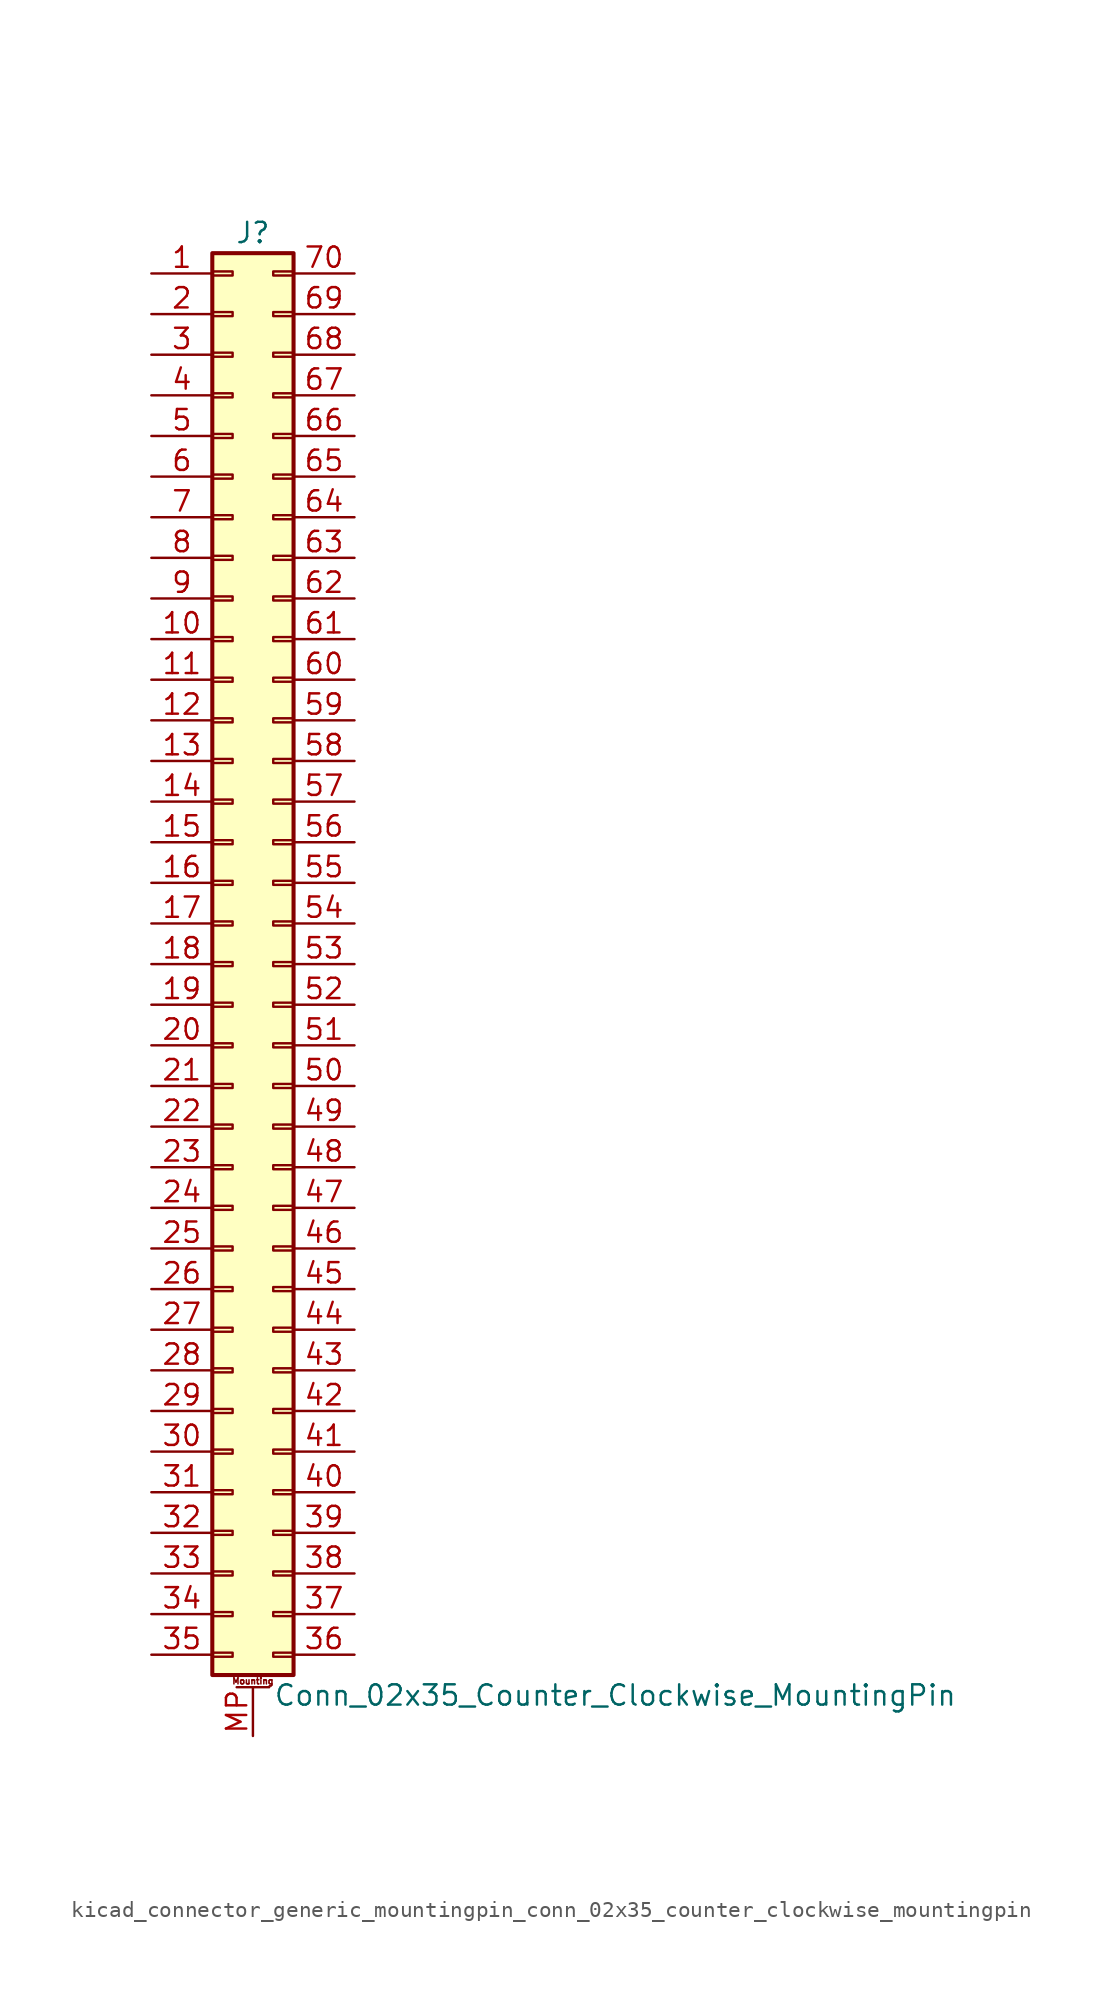
<source format=kicad_sym>
(kicad_symbol_lib
  (version 20220914)
  (generator kicad_symbol_editor)
  (symbol "kicad_connector_generic_mountingpin_conn_02x35_counter_clockwise_mountingpin"
    (pin_names
      (offset 1.016) hide)
    (property "Reference" "J"
      (at 1.27 45.72 0)
      (effects (font (size 1.27 1.27))))
    (property "Value" "Conn_02x35_Counter_Clockwise_MountingPin"
      (at 2.54 -45.72 0)
      (effects (font (size 1.27 1.27)) (justify left)))
    (symbol "kicad_connector_generic_mountingpin_conn_02x35_counter_clockwise_mountingpin_1_1"
      (rectangle (start -1.27 -43.053) (end 0 -43.307) (stroke (width 0.152) (type default)) (fill (type none)))
      (rectangle (start -1.27 -40.513) (end 0 -40.767) (stroke (width 0.152) (type default)) (fill (type none)))
      (rectangle (start -1.27 -37.973) (end 0 -38.227) (stroke (width 0.152) (type default)) (fill (type none)))
      (rectangle (start -1.27 -35.433) (end 0 -35.687) (stroke (width 0.152) (type default)) (fill (type none)))
      (rectangle (start -1.27 -32.893) (end 0 -33.147) (stroke (width 0.152) (type default)) (fill (type none)))
      (rectangle (start -1.27 -30.353) (end 0 -30.607) (stroke (width 0.152) (type default)) (fill (type none)))
      (rectangle (start -1.27 -27.813) (end 0 -28.067) (stroke (width 0.152) (type default)) (fill (type none)))
      (rectangle (start -1.27 -25.273) (end 0 -25.527) (stroke (width 0.152) (type default)) (fill (type none)))
      (rectangle (start -1.27 -22.733) (end 0 -22.987) (stroke (width 0.152) (type default)) (fill (type none)))
      (rectangle (start -1.27 -20.193) (end 0 -20.447) (stroke (width 0.152) (type default)) (fill (type none)))
      (rectangle (start -1.27 -17.653) (end 0 -17.907) (stroke (width 0.152) (type default)) (fill (type none)))
      (rectangle (start -1.27 -15.113) (end 0 -15.367) (stroke (width 0.152) (type default)) (fill (type none)))
      (rectangle (start -1.27 -12.573) (end 0 -12.827) (stroke (width 0.152) (type default)) (fill (type none)))
      (rectangle (start -1.27 -10.033) (end 0 -10.287) (stroke (width 0.152) (type default)) (fill (type none)))
      (rectangle (start -1.27 -7.493) (end 0 -7.747) (stroke (width 0.152) (type default)) (fill (type none)))
      (rectangle (start -1.27 -4.953) (end 0 -5.207) (stroke (width 0.152) (type default)) (fill (type none)))
      (rectangle (start -1.27 -2.413) (end 0 -2.667) (stroke (width 0.152) (type default)) (fill (type none)))
      (rectangle (start -1.27 0.127) (end 0 -0.127) (stroke (width 0.152) (type default)) (fill (type none)))
      (rectangle (start -1.27 2.667) (end 0 2.413) (stroke (width 0.152) (type default)) (fill (type none)))
      (rectangle (start -1.27 5.207) (end 0 4.953) (stroke (width 0.152) (type default)) (fill (type none)))
      (rectangle (start -1.27 7.747) (end 0 7.493) (stroke (width 0.152) (type default)) (fill (type none)))
      (rectangle (start -1.27 10.287) (end 0 10.033) (stroke (width 0.152) (type default)) (fill (type none)))
      (rectangle (start -1.27 12.827) (end 0 12.573) (stroke (width 0.152) (type default)) (fill (type none)))
      (rectangle (start -1.27 15.367) (end 0 15.113) (stroke (width 0.152) (type default)) (fill (type none)))
      (rectangle (start -1.27 17.907) (end 0 17.653) (stroke (width 0.152) (type default)) (fill (type none)))
      (rectangle (start -1.27 20.447) (end 0 20.193) (stroke (width 0.152) (type default)) (fill (type none)))
      (rectangle (start -1.27 22.987) (end 0 22.733) (stroke (width 0.152) (type default)) (fill (type none)))
      (rectangle (start -1.27 25.527) (end 0 25.273) (stroke (width 0.152) (type default)) (fill (type none)))
      (rectangle (start -1.27 28.067) (end 0 27.813) (stroke (width 0.152) (type default)) (fill (type none)))
      (rectangle (start -1.27 30.607) (end 0 30.353) (stroke (width 0.152) (type default)) (fill (type none)))
      (rectangle (start -1.27 33.147) (end 0 32.893) (stroke (width 0.152) (type default)) (fill (type none)))
      (rectangle (start -1.27 35.687) (end 0 35.433) (stroke (width 0.152) (type default)) (fill (type none)))
      (rectangle (start -1.27 38.227) (end 0 37.973) (stroke (width 0.152) (type default)) (fill (type none)))
      (rectangle (start -1.27 40.767) (end 0 40.513) (stroke (width 0.152) (type default)) (fill (type none)))
      (rectangle (start -1.27 43.307) (end 0 43.053) (stroke (width 0.152) (type default)) (fill (type none)))
      (rectangle (start -1.27 44.45) (end 3.81 -44.45) (stroke (width 0.254) (type default)) (fill (type background)))
      (polyline (pts (xy 0.254 -45.212) (xy 2.286 -45.212)) (stroke (width 0.152) (type default)) (fill (type none)))
      (rectangle (start 3.81 -43.053) (end 2.54 -43.307) (stroke (width 0.152) (type default)) (fill (type none)))
      (rectangle (start 3.81 -40.513) (end 2.54 -40.767) (stroke (width 0.152) (type default)) (fill (type none)))
      (rectangle (start 3.81 -37.973) (end 2.54 -38.227) (stroke (width 0.152) (type default)) (fill (type none)))
      (rectangle (start 3.81 -35.433) (end 2.54 -35.687) (stroke (width 0.152) (type default)) (fill (type none)))
      (rectangle (start 3.81 -32.893) (end 2.54 -33.147) (stroke (width 0.152) (type default)) (fill (type none)))
      (rectangle (start 3.81 -30.353) (end 2.54 -30.607) (stroke (width 0.152) (type default)) (fill (type none)))
      (rectangle (start 3.81 -27.813) (end 2.54 -28.067) (stroke (width 0.152) (type default)) (fill (type none)))
      (rectangle (start 3.81 -25.273) (end 2.54 -25.527) (stroke (width 0.152) (type default)) (fill (type none)))
      (rectangle (start 3.81 -22.733) (end 2.54 -22.987) (stroke (width 0.152) (type default)) (fill (type none)))
      (rectangle (start 3.81 -20.193) (end 2.54 -20.447) (stroke (width 0.152) (type default)) (fill (type none)))
      (rectangle (start 3.81 -17.653) (end 2.54 -17.907) (stroke (width 0.152) (type default)) (fill (type none)))
      (rectangle (start 3.81 -15.113) (end 2.54 -15.367) (stroke (width 0.152) (type default)) (fill (type none)))
      (rectangle (start 3.81 -12.573) (end 2.54 -12.827) (stroke (width 0.152) (type default)) (fill (type none)))
      (rectangle (start 3.81 -10.033) (end 2.54 -10.287) (stroke (width 0.152) (type default)) (fill (type none)))
      (rectangle (start 3.81 -7.493) (end 2.54 -7.747) (stroke (width 0.152) (type default)) (fill (type none)))
      (rectangle (start 3.81 -4.953) (end 2.54 -5.207) (stroke (width 0.152) (type default)) (fill (type none)))
      (rectangle (start 3.81 -2.413) (end 2.54 -2.667) (stroke (width 0.152) (type default)) (fill (type none)))
      (rectangle (start 3.81 0.127) (end 2.54 -0.127) (stroke (width 0.152) (type default)) (fill (type none)))
      (rectangle (start 3.81 2.667) (end 2.54 2.413) (stroke (width 0.152) (type default)) (fill (type none)))
      (rectangle (start 3.81 5.207) (end 2.54 4.953) (stroke (width 0.152) (type default)) (fill (type none)))
      (rectangle (start 3.81 7.747) (end 2.54 7.493) (stroke (width 0.152) (type default)) (fill (type none)))
      (rectangle (start 3.81 10.287) (end 2.54 10.033) (stroke (width 0.152) (type default)) (fill (type none)))
      (rectangle (start 3.81 12.827) (end 2.54 12.573) (stroke (width 0.152) (type default)) (fill (type none)))
      (rectangle (start 3.81 15.367) (end 2.54 15.113) (stroke (width 0.152) (type default)) (fill (type none)))
      (rectangle (start 3.81 17.907) (end 2.54 17.653) (stroke (width 0.152) (type default)) (fill (type none)))
      (rectangle (start 3.81 20.447) (end 2.54 20.193) (stroke (width 0.152) (type default)) (fill (type none)))
      (rectangle (start 3.81 22.987) (end 2.54 22.733) (stroke (width 0.152) (type default)) (fill (type none)))
      (rectangle (start 3.81 25.527) (end 2.54 25.273) (stroke (width 0.152) (type default)) (fill (type none)))
      (rectangle (start 3.81 28.067) (end 2.54 27.813) (stroke (width 0.152) (type default)) (fill (type none)))
      (rectangle (start 3.81 30.607) (end 2.54 30.353) (stroke (width 0.152) (type default)) (fill (type none)))
      (rectangle (start 3.81 33.147) (end 2.54 32.893) (stroke (width 0.152) (type default)) (fill (type none)))
      (rectangle (start 3.81 35.687) (end 2.54 35.433) (stroke (width 0.152) (type default)) (fill (type none)))
      (rectangle (start 3.81 38.227) (end 2.54 37.973) (stroke (width 0.152) (type default)) (fill (type none)))
      (rectangle (start 3.81 40.767) (end 2.54 40.513) (stroke (width 0.152) (type default)) (fill (type none)))
      (rectangle (start 3.81 43.307) (end 2.54 43.053) (stroke (width 0.152) (type default)) (fill (type none)))
      (text "Mounting" (at 1.27 -44.831 0) (effects (font (size 0.381 0.381))))
      (pin passive line (at -5.08 43.18 0) (length 3.81) (name "Pin_1" (effects (font (size 1.27 1.27)))) (number "1" (effects (font (size 1.27 1.27)))))
      (pin passive line (at -5.08 20.32 0) (length 3.81) (name "Pin_10" (effects (font (size 1.27 1.27)))) (number "10" (effects (font (size 1.27 1.27)))))
      (pin passive line (at -5.08 17.78 0) (length 3.81) (name "Pin_11" (effects (font (size 1.27 1.27)))) (number "11" (effects (font (size 1.27 1.27)))))
      (pin passive line (at -5.08 15.24 0) (length 3.81) (name "Pin_12" (effects (font (size 1.27 1.27)))) (number "12" (effects (font (size 1.27 1.27)))))
      (pin passive line (at -5.08 12.7 0) (length 3.81) (name "Pin_13" (effects (font (size 1.27 1.27)))) (number "13" (effects (font (size 1.27 1.27)))))
      (pin passive line (at -5.08 10.16 0) (length 3.81) (name "Pin_14" (effects (font (size 1.27 1.27)))) (number "14" (effects (font (size 1.27 1.27)))))
      (pin passive line (at -5.08 7.62 0) (length 3.81) (name "Pin_15" (effects (font (size 1.27 1.27)))) (number "15" (effects (font (size 1.27 1.27)))))
      (pin passive line (at -5.08 5.08 0) (length 3.81) (name "Pin_16" (effects (font (size 1.27 1.27)))) (number "16" (effects (font (size 1.27 1.27)))))
      (pin passive line (at -5.08 2.54 0) (length 3.81) (name "Pin_17" (effects (font (size 1.27 1.27)))) (number "17" (effects (font (size 1.27 1.27)))))
      (pin passive line (at -5.08 0 0) (length 3.81) (name "Pin_18" (effects (font (size 1.27 1.27)))) (number "18" (effects (font (size 1.27 1.27)))))
      (pin passive line (at -5.08 -2.54 0) (length 3.81) (name "Pin_19" (effects (font (size 1.27 1.27)))) (number "19" (effects (font (size 1.27 1.27)))))
      (pin passive line (at -5.08 40.64 0) (length 3.81) (name "Pin_2" (effects (font (size 1.27 1.27)))) (number "2" (effects (font (size 1.27 1.27)))))
      (pin passive line (at -5.08 -5.08 0) (length 3.81) (name "Pin_20" (effects (font (size 1.27 1.27)))) (number "20" (effects (font (size 1.27 1.27)))))
      (pin passive line (at -5.08 -7.62 0) (length 3.81) (name "Pin_21" (effects (font (size 1.27 1.27)))) (number "21" (effects (font (size 1.27 1.27)))))
      (pin passive line (at -5.08 -10.16 0) (length 3.81) (name "Pin_22" (effects (font (size 1.27 1.27)))) (number "22" (effects (font (size 1.27 1.27)))))
      (pin passive line (at -5.08 -12.7 0) (length 3.81) (name "Pin_23" (effects (font (size 1.27 1.27)))) (number "23" (effects (font (size 1.27 1.27)))))
      (pin passive line (at -5.08 -15.24 0) (length 3.81) (name "Pin_24" (effects (font (size 1.27 1.27)))) (number "24" (effects (font (size 1.27 1.27)))))
      (pin passive line (at -5.08 -17.78 0) (length 3.81) (name "Pin_25" (effects (font (size 1.27 1.27)))) (number "25" (effects (font (size 1.27 1.27)))))
      (pin passive line (at -5.08 -20.32 0) (length 3.81) (name "Pin_26" (effects (font (size 1.27 1.27)))) (number "26" (effects (font (size 1.27 1.27)))))
      (pin passive line (at -5.08 -22.86 0) (length 3.81) (name "Pin_27" (effects (font (size 1.27 1.27)))) (number "27" (effects (font (size 1.27 1.27)))))
      (pin passive line (at -5.08 -25.4 0) (length 3.81) (name "Pin_28" (effects (font (size 1.27 1.27)))) (number "28" (effects (font (size 1.27 1.27)))))
      (pin passive line (at -5.08 -27.94 0) (length 3.81) (name "Pin_29" (effects (font (size 1.27 1.27)))) (number "29" (effects (font (size 1.27 1.27)))))
      (pin passive line (at -5.08 38.1 0) (length 3.81) (name "Pin_3" (effects (font (size 1.27 1.27)))) (number "3" (effects (font (size 1.27 1.27)))))
      (pin passive line (at -5.08 -30.48 0) (length 3.81) (name "Pin_30" (effects (font (size 1.27 1.27)))) (number "30" (effects (font (size 1.27 1.27)))))
      (pin passive line (at -5.08 -33.02 0) (length 3.81) (name "Pin_31" (effects (font (size 1.27 1.27)))) (number "31" (effects (font (size 1.27 1.27)))))
      (pin passive line (at -5.08 -35.56 0) (length 3.81) (name "Pin_32" (effects (font (size 1.27 1.27)))) (number "32" (effects (font (size 1.27 1.27)))))
      (pin passive line (at -5.08 -38.1 0) (length 3.81) (name "Pin_33" (effects (font (size 1.27 1.27)))) (number "33" (effects (font (size 1.27 1.27)))))
      (pin passive line (at -5.08 -40.64 0) (length 3.81) (name "Pin_34" (effects (font (size 1.27 1.27)))) (number "34" (effects (font (size 1.27 1.27)))))
      (pin passive line (at -5.08 -43.18 0) (length 3.81) (name "Pin_35" (effects (font (size 1.27 1.27)))) (number "35" (effects (font (size 1.27 1.27)))))
      (pin passive line (at 7.62 -43.18 180) (length 3.81) (name "Pin_36" (effects (font (size 1.27 1.27)))) (number "36" (effects (font (size 1.27 1.27)))))
      (pin passive line (at 7.62 -40.64 180) (length 3.81) (name "Pin_37" (effects (font (size 1.27 1.27)))) (number "37" (effects (font (size 1.27 1.27)))))
      (pin passive line (at 7.62 -38.1 180) (length 3.81) (name "Pin_38" (effects (font (size 1.27 1.27)))) (number "38" (effects (font (size 1.27 1.27)))))
      (pin passive line (at 7.62 -35.56 180) (length 3.81) (name "Pin_39" (effects (font (size 1.27 1.27)))) (number "39" (effects (font (size 1.27 1.27)))))
      (pin passive line (at -5.08 35.56 0) (length 3.81) (name "Pin_4" (effects (font (size 1.27 1.27)))) (number "4" (effects (font (size 1.27 1.27)))))
      (pin passive line (at 7.62 -33.02 180) (length 3.81) (name "Pin_40" (effects (font (size 1.27 1.27)))) (number "40" (effects (font (size 1.27 1.27)))))
      (pin passive line (at 7.62 -30.48 180) (length 3.81) (name "Pin_41" (effects (font (size 1.27 1.27)))) (number "41" (effects (font (size 1.27 1.27)))))
      (pin passive line (at 7.62 -27.94 180) (length 3.81) (name "Pin_42" (effects (font (size 1.27 1.27)))) (number "42" (effects (font (size 1.27 1.27)))))
      (pin passive line (at 7.62 -25.4 180) (length 3.81) (name "Pin_43" (effects (font (size 1.27 1.27)))) (number "43" (effects (font (size 1.27 1.27)))))
      (pin passive line (at 7.62 -22.86 180) (length 3.81) (name "Pin_44" (effects (font (size 1.27 1.27)))) (number "44" (effects (font (size 1.27 1.27)))))
      (pin passive line (at 7.62 -20.32 180) (length 3.81) (name "Pin_45" (effects (font (size 1.27 1.27)))) (number "45" (effects (font (size 1.27 1.27)))))
      (pin passive line (at 7.62 -17.78 180) (length 3.81) (name "Pin_46" (effects (font (size 1.27 1.27)))) (number "46" (effects (font (size 1.27 1.27)))))
      (pin passive line (at 7.62 -15.24 180) (length 3.81) (name "Pin_47" (effects (font (size 1.27 1.27)))) (number "47" (effects (font (size 1.27 1.27)))))
      (pin passive line (at 7.62 -12.7 180) (length 3.81) (name "Pin_48" (effects (font (size 1.27 1.27)))) (number "48" (effects (font (size 1.27 1.27)))))
      (pin passive line (at 7.62 -10.16 180) (length 3.81) (name "Pin_49" (effects (font (size 1.27 1.27)))) (number "49" (effects (font (size 1.27 1.27)))))
      (pin passive line (at -5.08 33.02 0) (length 3.81) (name "Pin_5" (effects (font (size 1.27 1.27)))) (number "5" (effects (font (size 1.27 1.27)))))
      (pin passive line (at 7.62 -7.62 180) (length 3.81) (name "Pin_50" (effects (font (size 1.27 1.27)))) (number "50" (effects (font (size 1.27 1.27)))))
      (pin passive line (at 7.62 -5.08 180) (length 3.81) (name "Pin_51" (effects (font (size 1.27 1.27)))) (number "51" (effects (font (size 1.27 1.27)))))
      (pin passive line (at 7.62 -2.54 180) (length 3.81) (name "Pin_52" (effects (font (size 1.27 1.27)))) (number "52" (effects (font (size 1.27 1.27)))))
      (pin passive line (at 7.62 0 180) (length 3.81) (name "Pin_53" (effects (font (size 1.27 1.27)))) (number "53" (effects (font (size 1.27 1.27)))))
      (pin passive line (at 7.62 2.54 180) (length 3.81) (name "Pin_54" (effects (font (size 1.27 1.27)))) (number "54" (effects (font (size 1.27 1.27)))))
      (pin passive line (at 7.62 5.08 180) (length 3.81) (name "Pin_55" (effects (font (size 1.27 1.27)))) (number "55" (effects (font (size 1.27 1.27)))))
      (pin passive line (at 7.62 7.62 180) (length 3.81) (name "Pin_56" (effects (font (size 1.27 1.27)))) (number "56" (effects (font (size 1.27 1.27)))))
      (pin passive line (at 7.62 10.16 180) (length 3.81) (name "Pin_57" (effects (font (size 1.27 1.27)))) (number "57" (effects (font (size 1.27 1.27)))))
      (pin passive line (at 7.62 12.7 180) (length 3.81) (name "Pin_58" (effects (font (size 1.27 1.27)))) (number "58" (effects (font (size 1.27 1.27)))))
      (pin passive line (at 7.62 15.24 180) (length 3.81) (name "Pin_59" (effects (font (size 1.27 1.27)))) (number "59" (effects (font (size 1.27 1.27)))))
      (pin passive line (at -5.08 30.48 0) (length 3.81) (name "Pin_6" (effects (font (size 1.27 1.27)))) (number "6" (effects (font (size 1.27 1.27)))))
      (pin passive line (at 7.62 17.78 180) (length 3.81) (name "Pin_60" (effects (font (size 1.27 1.27)))) (number "60" (effects (font (size 1.27 1.27)))))
      (pin passive line (at 7.62 20.32 180) (length 3.81) (name "Pin_61" (effects (font (size 1.27 1.27)))) (number "61" (effects (font (size 1.27 1.27)))))
      (pin passive line (at 7.62 22.86 180) (length 3.81) (name "Pin_62" (effects (font (size 1.27 1.27)))) (number "62" (effects (font (size 1.27 1.27)))))
      (pin passive line (at 7.62 25.4 180) (length 3.81) (name "Pin_63" (effects (font (size 1.27 1.27)))) (number "63" (effects (font (size 1.27 1.27)))))
      (pin passive line (at 7.62 27.94 180) (length 3.81) (name "Pin_64" (effects (font (size 1.27 1.27)))) (number "64" (effects (font (size 1.27 1.27)))))
      (pin passive line (at 7.62 30.48 180) (length 3.81) (name "Pin_65" (effects (font (size 1.27 1.27)))) (number "65" (effects (font (size 1.27 1.27)))))
      (pin passive line (at 7.62 33.02 180) (length 3.81) (name "Pin_66" (effects (font (size 1.27 1.27)))) (number "66" (effects (font (size 1.27 1.27)))))
      (pin passive line (at 7.62 35.56 180) (length 3.81) (name "Pin_67" (effects (font (size 1.27 1.27)))) (number "67" (effects (font (size 1.27 1.27)))))
      (pin passive line (at 7.62 38.1 180) (length 3.81) (name "Pin_68" (effects (font (size 1.27 1.27)))) (number "68" (effects (font (size 1.27 1.27)))))
      (pin passive line (at 7.62 40.64 180) (length 3.81) (name "Pin_69" (effects (font (size 1.27 1.27)))) (number "69" (effects (font (size 1.27 1.27)))))
      (pin passive line (at -5.08 27.94 0) (length 3.81) (name "Pin_7" (effects (font (size 1.27 1.27)))) (number "7" (effects (font (size 1.27 1.27)))))
      (pin passive line (at 7.62 43.18 180) (length 3.81) (name "Pin_70" (effects (font (size 1.27 1.27)))) (number "70" (effects (font (size 1.27 1.27)))))
      (pin passive line (at -5.08 25.4 0) (length 3.81) (name "Pin_8" (effects (font (size 1.27 1.27)))) (number "8" (effects (font (size 1.27 1.27)))))
      (pin passive line (at -5.08 22.86 0) (length 3.81) (name "Pin_9" (effects (font (size 1.27 1.27)))) (number "9" (effects (font (size 1.27 1.27)))))
      (pin passive line (at 1.27 -48.26 90) (length 3.048) (name "MountPin" (effects (font (size 1.27 1.27)))) (number "MP" (effects (font (size 1.27 1.27))))))))
</source>
